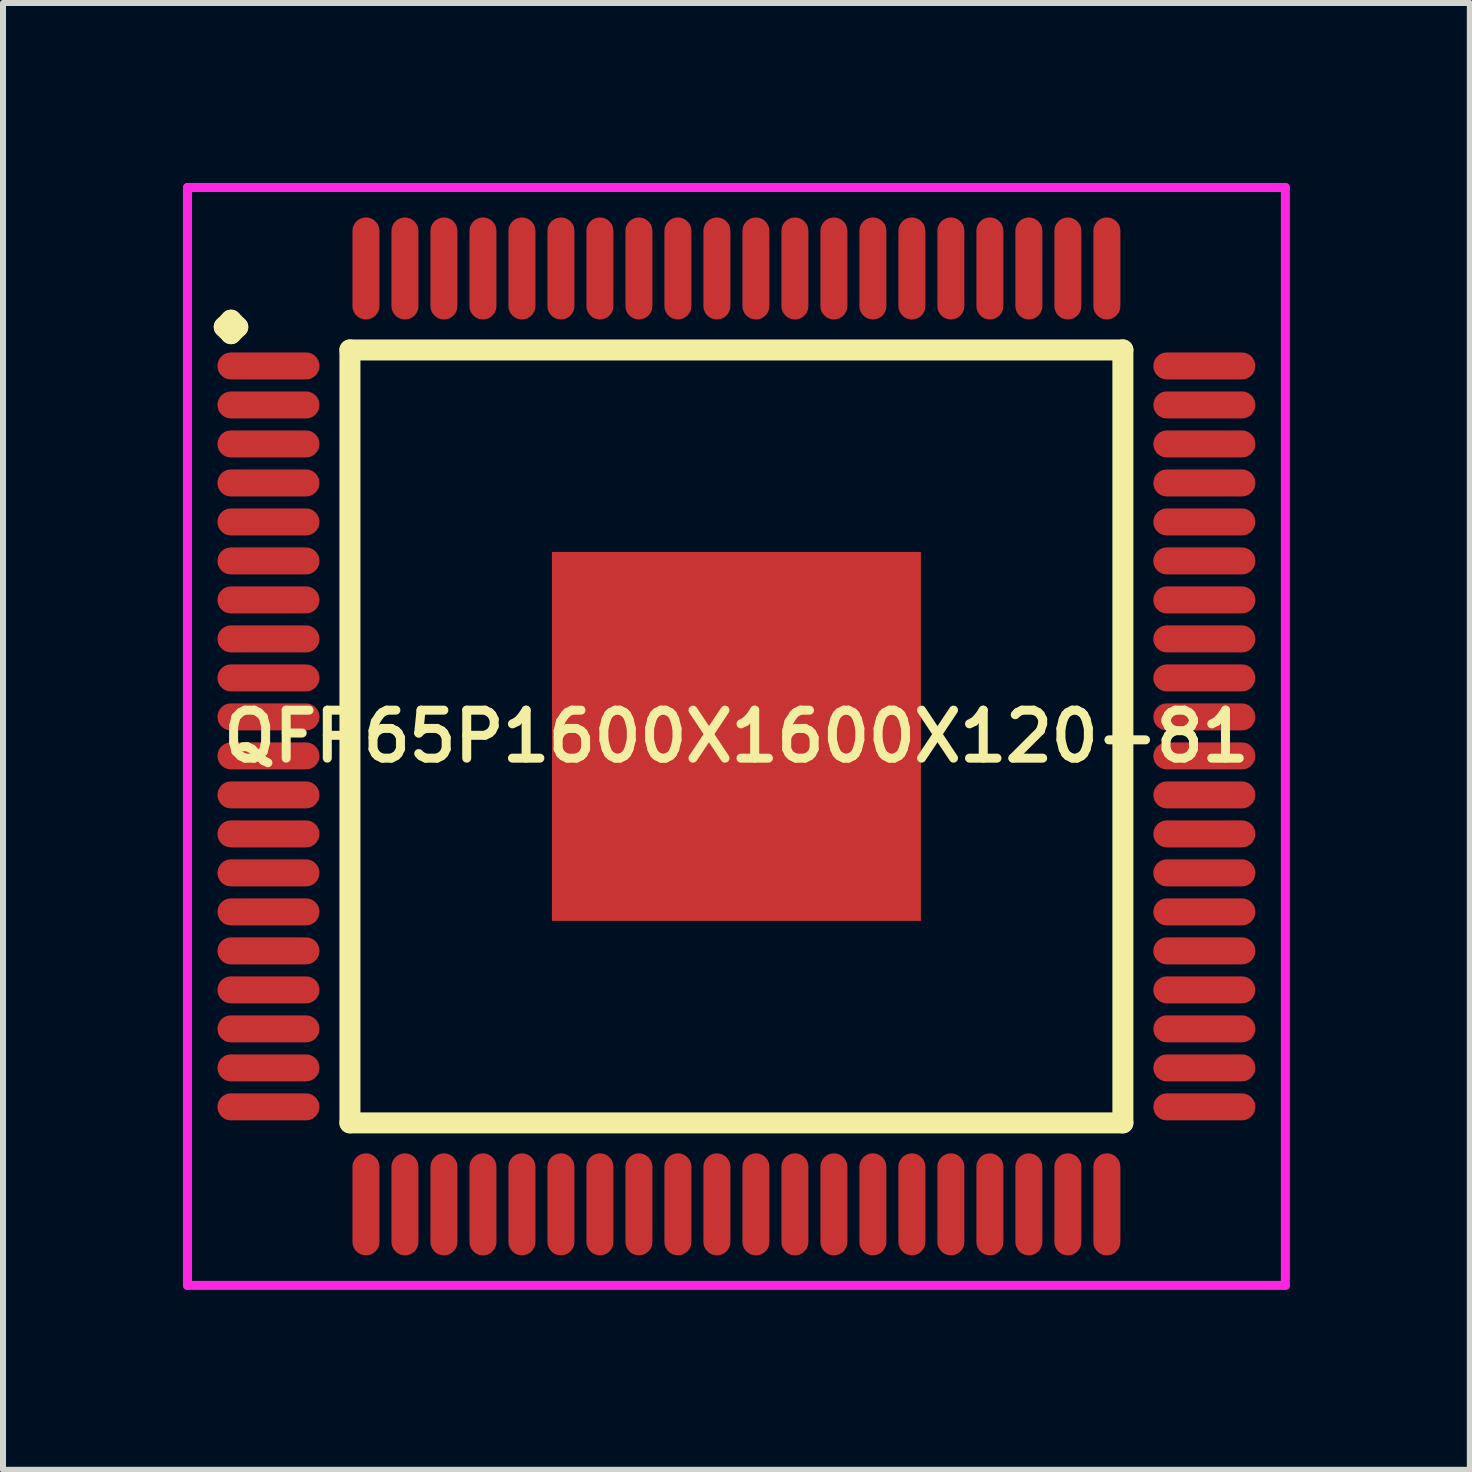
<source format=kicad_pcb>
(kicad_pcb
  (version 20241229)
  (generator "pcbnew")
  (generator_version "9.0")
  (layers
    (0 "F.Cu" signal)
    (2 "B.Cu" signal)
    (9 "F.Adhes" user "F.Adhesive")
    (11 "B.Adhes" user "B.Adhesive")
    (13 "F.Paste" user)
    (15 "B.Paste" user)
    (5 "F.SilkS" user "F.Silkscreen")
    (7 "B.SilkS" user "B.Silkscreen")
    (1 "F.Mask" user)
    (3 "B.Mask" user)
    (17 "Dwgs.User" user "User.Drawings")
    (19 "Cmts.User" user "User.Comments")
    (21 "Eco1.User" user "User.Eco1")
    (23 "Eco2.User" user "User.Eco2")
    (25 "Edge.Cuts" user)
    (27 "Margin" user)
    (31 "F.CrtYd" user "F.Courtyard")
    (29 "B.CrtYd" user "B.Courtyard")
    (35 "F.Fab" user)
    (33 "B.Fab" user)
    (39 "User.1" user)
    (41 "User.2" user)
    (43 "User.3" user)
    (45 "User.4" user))
  (footprint "QFP65P1600X1600X120-81"
    (layer "F.Cu")
    (at 9.225 9.225)
    (property "Reference" "QFP65P1600X1600X120-81" (at 0 0 0) (layer "F.SilkS") (effects (font (size 0.8 0.8) (thickness 0.15))))
    (attr smd)
    (fp_line (start -8.537 -6.825) (end -8.425 -6.938) (stroke (width 0.35) (type solid)) (layer "F.SilkS"))
    (fp_line (start -8.425 -6.938) (end -8.312 -6.825) (stroke (width 0.35) (type solid)) (layer "F.SilkS"))
    (fp_line (start -8.425 -6.713) (end -8.537 -6.825) (stroke (width 0.35) (type solid)) (layer "F.SilkS"))
    (fp_line (start -8.312 -6.825) (end -8.425 -6.713) (stroke (width 0.35) (type solid)) (layer "F.SilkS"))
    (fp_line (start -6.442 -6.442) (end -6.442 6.442) (stroke (width 0.35) (type solid)) (layer "F.SilkS"))
    (fp_line (start -6.442 6.442) (end 6.442 6.442) (stroke (width 0.35) (type solid)) (layer "F.SilkS"))
    (fp_line (start 6.442 -6.442) (end -6.442 -6.442) (stroke (width 0.35) (type solid)) (layer "F.SilkS"))
    (fp_line (start 6.442 6.442) (end 6.442 -6.442) (stroke (width 0.35) (type solid)) (layer "F.SilkS"))
    (fp_line (start -9.15 -9.15) (end 9.15 -9.15) (stroke (width 0.15) (type solid)) (layer "F.CrtYd"))
    (fp_line (start -9.15 9.15) (end -9.15 -9.15) (stroke (width 0.15) (type solid)) (layer "F.CrtYd"))
    (fp_line (start 9.15 -9.15) (end 9.15 9.15) (stroke (width 0.15) (type solid)) (layer "F.CrtYd"))
    (fp_line (start 9.15 9.15) (end -9.15 9.15) (stroke (width 0.15) (type solid)) (layer "F.CrtYd"))
    (pad "1" smd oval (at -7.8 -6.175) (size 1.7 0.45) (layers "F.Cu" "F.Mask" "F.Paste"))
    (pad "2" smd oval (at -7.8 -5.525) (size 1.7 0.45) (layers "F.Cu" "F.Mask" "F.Paste"))
    (pad "3" smd oval (at -7.8 -4.875) (size 1.7 0.45) (layers "F.Cu" "F.Mask" "F.Paste"))
    (pad "4" smd oval (at -7.8 -4.225) (size 1.7 0.45) (layers "F.Cu" "F.Mask" "F.Paste"))
    (pad "5" smd oval (at -7.8 -3.575) (size 1.7 0.45) (layers "F.Cu" "F.Mask" "F.Paste"))
    (pad "6" smd oval (at -7.8 -2.925) (size 1.7 0.45) (layers "F.Cu" "F.Mask" "F.Paste"))
    (pad "7" smd oval (at -7.8 -2.275) (size 1.7 0.45) (layers "F.Cu" "F.Mask" "F.Paste"))
    (pad "8" smd oval (at -7.8 -1.625) (size 1.7 0.45) (layers "F.Cu" "F.Mask" "F.Paste"))
    (pad "9" smd oval (at -7.8 -0.975) (size 1.7 0.45) (layers "F.Cu" "F.Mask" "F.Paste"))
    (pad "10" smd oval (at -7.8 -0.325) (size 1.7 0.45) (layers "F.Cu" "F.Mask" "F.Paste"))
    (pad "11" smd oval (at -7.8 0.325) (size 1.7 0.45) (layers "F.Cu" "F.Mask" "F.Paste"))
    (pad "12" smd oval (at -7.8 0.975) (size 1.7 0.45) (layers "F.Cu" "F.Mask" "F.Paste"))
    (pad "13" smd oval (at -7.8 1.625) (size 1.7 0.45) (layers "F.Cu" "F.Mask" "F.Paste"))
    (pad "14" smd oval (at -7.8 2.275) (size 1.7 0.45) (layers "F.Cu" "F.Mask" "F.Paste"))
    (pad "15" smd oval (at -7.8 2.925) (size 1.7 0.45) (layers "F.Cu" "F.Mask" "F.Paste"))
    (pad "16" smd oval (at -7.8 3.575) (size 1.7 0.45) (layers "F.Cu" "F.Mask" "F.Paste"))
    (pad "17" smd oval (at -7.8 4.225) (size 1.7 0.45) (layers "F.Cu" "F.Mask" "F.Paste"))
    (pad "18" smd oval (at -7.8 4.875) (size 1.7 0.45) (layers "F.Cu" "F.Mask" "F.Paste"))
    (pad "19" smd oval (at -7.8 5.525) (size 1.7 0.45) (layers "F.Cu" "F.Mask" "F.Paste"))
    (pad "20" smd oval (at -7.8 6.175) (size 1.7 0.45) (layers "F.Cu" "F.Mask" "F.Paste"))
    (pad "21" smd oval (at -6.175 7.8) (size 0.45 1.7) (layers "F.Cu" "F.Mask" "F.Paste"))
    (pad "22" smd oval (at -5.525 7.8) (size 0.45 1.7) (layers "F.Cu" "F.Mask" "F.Paste"))
    (pad "23" smd oval (at -4.875 7.8) (size 0.45 1.7) (layers "F.Cu" "F.Mask" "F.Paste"))
    (pad "24" smd oval (at -4.225 7.8) (size 0.45 1.7) (layers "F.Cu" "F.Mask" "F.Paste"))
    (pad "25" smd oval (at -3.575 7.8) (size 0.45 1.7) (layers "F.Cu" "F.Mask" "F.Paste"))
    (pad "26" smd oval (at -2.925 7.8) (size 0.45 1.7) (layers "F.Cu" "F.Mask" "F.Paste"))
    (pad "27" smd oval (at -2.275 7.8) (size 0.45 1.7) (layers "F.Cu" "F.Mask" "F.Paste"))
    (pad "28" smd oval (at -1.625 7.8) (size 0.45 1.7) (layers "F.Cu" "F.Mask" "F.Paste"))
    (pad "29" smd oval (at -0.975 7.8) (size 0.45 1.7) (layers "F.Cu" "F.Mask" "F.Paste"))
    (pad "30" smd oval (at -0.325 7.8) (size 0.45 1.7) (layers "F.Cu" "F.Mask" "F.Paste"))
    (pad "31" smd oval (at 0.325 7.8) (size 0.45 1.7) (layers "F.Cu" "F.Mask" "F.Paste"))
    (pad "32" smd oval (at 0.975 7.8) (size 0.45 1.7) (layers "F.Cu" "F.Mask" "F.Paste"))
    (pad "33" smd oval (at 1.625 7.8) (size 0.45 1.7) (layers "F.Cu" "F.Mask" "F.Paste"))
    (pad "34" smd oval (at 2.275 7.8) (size 0.45 1.7) (layers "F.Cu" "F.Mask" "F.Paste"))
    (pad "35" smd oval (at 2.925 7.8) (size 0.45 1.7) (layers "F.Cu" "F.Mask" "F.Paste"))
    (pad "36" smd oval (at 3.575 7.8) (size 0.45 1.7) (layers "F.Cu" "F.Mask" "F.Paste"))
    (pad "37" smd oval (at 4.225 7.8) (size 0.45 1.7) (layers "F.Cu" "F.Mask" "F.Paste"))
    (pad "38" smd oval (at 4.875 7.8) (size 0.45 1.7) (layers "F.Cu" "F.Mask" "F.Paste"))
    (pad "39" smd oval (at 5.525 7.8) (size 0.45 1.7) (layers "F.Cu" "F.Mask" "F.Paste"))
    (pad "40" smd oval (at 6.175 7.8) (size 0.45 1.7) (layers "F.Cu" "F.Mask" "F.Paste"))
    (pad "41" smd oval (at 7.8 6.175) (size 1.7 0.45) (layers "F.Cu" "F.Mask" "F.Paste"))
    (pad "42" smd oval (at 7.8 5.525) (size 1.7 0.45) (layers "F.Cu" "F.Mask" "F.Paste"))
    (pad "43" smd oval (at 7.8 4.875) (size 1.7 0.45) (layers "F.Cu" "F.Mask" "F.Paste"))
    (pad "44" smd oval (at 7.8 4.225) (size 1.7 0.45) (layers "F.Cu" "F.Mask" "F.Paste"))
    (pad "45" smd oval (at 7.8 3.575) (size 1.7 0.45) (layers "F.Cu" "F.Mask" "F.Paste"))
    (pad "46" smd oval (at 7.8 2.925) (size 1.7 0.45) (layers "F.Cu" "F.Mask" "F.Paste"))
    (pad "47" smd oval (at 7.8 2.275) (size 1.7 0.45) (layers "F.Cu" "F.Mask" "F.Paste"))
    (pad "48" smd oval (at 7.8 1.625) (size 1.7 0.45) (layers "F.Cu" "F.Mask" "F.Paste"))
    (pad "49" smd oval (at 7.8 0.975) (size 1.7 0.45) (layers "F.Cu" "F.Mask" "F.Paste"))
    (pad "50" smd oval (at 7.8 0.325) (size 1.7 0.45) (layers "F.Cu" "F.Mask" "F.Paste"))
    (pad "51" smd oval (at 7.8 -0.325) (size 1.7 0.45) (layers "F.Cu" "F.Mask" "F.Paste"))
    (pad "52" smd oval (at 7.8 -0.975) (size 1.7 0.45) (layers "F.Cu" "F.Mask" "F.Paste"))
    (pad "53" smd oval (at 7.8 -1.625) (size 1.7 0.45) (layers "F.Cu" "F.Mask" "F.Paste"))
    (pad "54" smd oval (at 7.8 -2.275) (size 1.7 0.45) (layers "F.Cu" "F.Mask" "F.Paste"))
    (pad "55" smd oval (at 7.8 -2.925) (size 1.7 0.45) (layers "F.Cu" "F.Mask" "F.Paste"))
    (pad "56" smd oval (at 7.8 -3.575) (size 1.7 0.45) (layers "F.Cu" "F.Mask" "F.Paste"))
    (pad "57" smd oval (at 7.8 -4.225) (size 1.7 0.45) (layers "F.Cu" "F.Mask" "F.Paste"))
    (pad "58" smd oval (at 7.8 -4.875) (size 1.7 0.45) (layers "F.Cu" "F.Mask" "F.Paste"))
    (pad "59" smd oval (at 7.8 -5.525) (size 1.7 0.45) (layers "F.Cu" "F.Mask" "F.Paste"))
    (pad "60" smd oval (at 7.8 -6.175) (size 1.7 0.45) (layers "F.Cu" "F.Mask" "F.Paste"))
    (pad "61" smd oval (at 6.175 -7.8) (size 0.45 1.7) (layers "F.Cu" "F.Mask" "F.Paste"))
    (pad "62" smd oval (at 5.525 -7.8) (size 0.45 1.7) (layers "F.Cu" "F.Mask" "F.Paste"))
    (pad "63" smd oval (at 4.875 -7.8) (size 0.45 1.7) (layers "F.Cu" "F.Mask" "F.Paste"))
    (pad "64" smd oval (at 4.225 -7.8) (size 0.45 1.7) (layers "F.Cu" "F.Mask" "F.Paste"))
    (pad "65" smd oval (at 3.575 -7.8) (size 0.45 1.7) (layers "F.Cu" "F.Mask" "F.Paste"))
    (pad "66" smd oval (at 2.925 -7.8) (size 0.45 1.7) (layers "F.Cu" "F.Mask" "F.Paste"))
    (pad "67" smd oval (at 2.275 -7.8) (size 0.45 1.7) (layers "F.Cu" "F.Mask" "F.Paste"))
    (pad "68" smd oval (at 1.625 -7.8) (size 0.45 1.7) (layers "F.Cu" "F.Mask" "F.Paste"))
    (pad "69" smd oval (at 0.975 -7.8) (size 0.45 1.7) (layers "F.Cu" "F.Mask" "F.Paste"))
    (pad "70" smd oval (at 0.325 -7.8) (size 0.45 1.7) (layers "F.Cu" "F.Mask" "F.Paste"))
    (pad "71" smd oval (at -0.325 -7.8) (size 0.45 1.7) (layers "F.Cu" "F.Mask" "F.Paste"))
    (pad "72" smd oval (at -0.975 -7.8) (size 0.45 1.7) (layers "F.Cu" "F.Mask" "F.Paste"))
    (pad "73" smd oval (at -1.625 -7.8) (size 0.45 1.7) (layers "F.Cu" "F.Mask" "F.Paste"))
    (pad "74" smd oval (at -2.275 -7.8) (size 0.45 1.7) (layers "F.Cu" "F.Mask" "F.Paste"))
    (pad "75" smd oval (at -2.925 -7.8) (size 0.45 1.7) (layers "F.Cu" "F.Mask" "F.Paste"))
    (pad "76" smd oval (at -3.575 -7.8) (size 0.45 1.7) (layers "F.Cu" "F.Mask" "F.Paste"))
    (pad "77" smd oval (at -4.225 -7.8) (size 0.45 1.7) (layers "F.Cu" "F.Mask" "F.Paste"))
    (pad "78" smd oval (at -4.875 -7.8) (size 0.45 1.7) (layers "F.Cu" "F.Mask" "F.Paste"))
    (pad "79" smd oval (at -5.525 -7.8) (size 0.45 1.7) (layers "F.Cu" "F.Mask" "F.Paste"))
    (pad "80" smd oval (at -6.175 -7.8) (size 0.45 1.7) (layers "F.Cu" "F.Mask" "F.Paste"))
    (pad "81" smd rect (at 0 0) (size 6.15 6.15) (layers "F.Cu" "F.Mask" "F.Paste")))
  (gr_rect
    (start -3 -3)
    (end 21.45 21.45)
    (stroke (width 0.1) (type default))
    (fill no)
    (layer "Edge.Cuts")))
</source>
